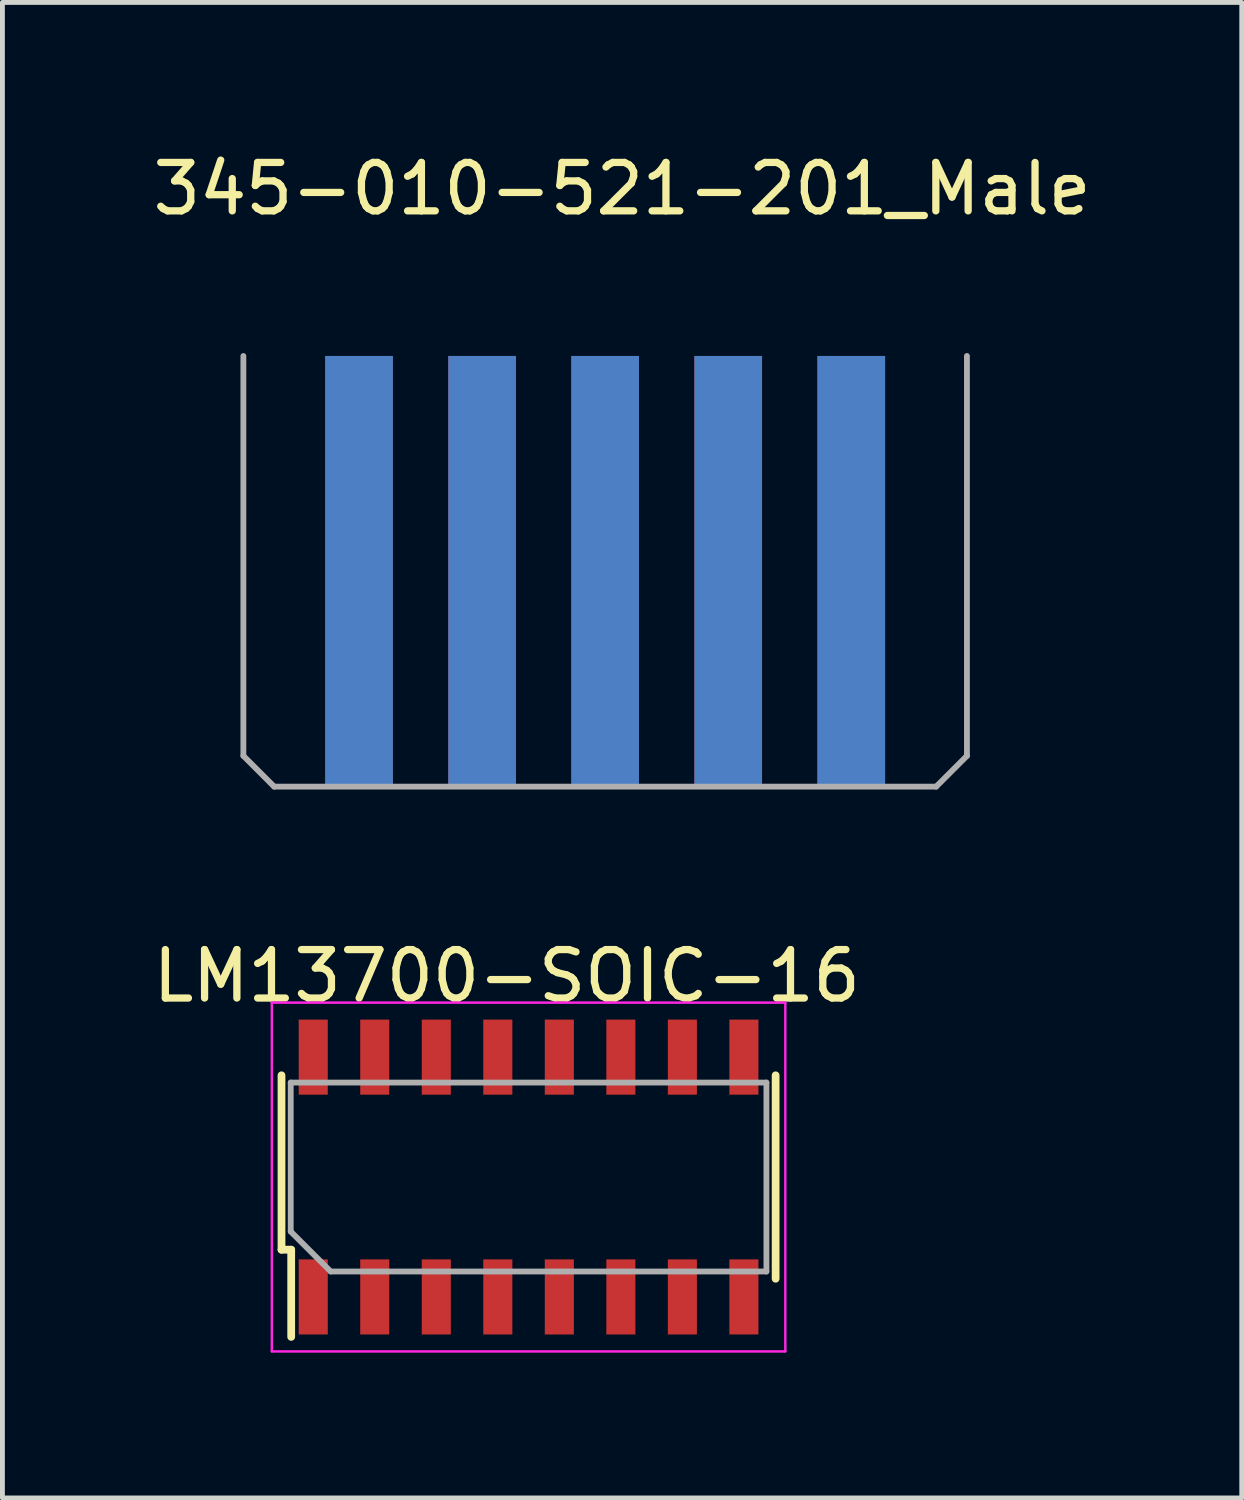
<source format=kicad_pcb>
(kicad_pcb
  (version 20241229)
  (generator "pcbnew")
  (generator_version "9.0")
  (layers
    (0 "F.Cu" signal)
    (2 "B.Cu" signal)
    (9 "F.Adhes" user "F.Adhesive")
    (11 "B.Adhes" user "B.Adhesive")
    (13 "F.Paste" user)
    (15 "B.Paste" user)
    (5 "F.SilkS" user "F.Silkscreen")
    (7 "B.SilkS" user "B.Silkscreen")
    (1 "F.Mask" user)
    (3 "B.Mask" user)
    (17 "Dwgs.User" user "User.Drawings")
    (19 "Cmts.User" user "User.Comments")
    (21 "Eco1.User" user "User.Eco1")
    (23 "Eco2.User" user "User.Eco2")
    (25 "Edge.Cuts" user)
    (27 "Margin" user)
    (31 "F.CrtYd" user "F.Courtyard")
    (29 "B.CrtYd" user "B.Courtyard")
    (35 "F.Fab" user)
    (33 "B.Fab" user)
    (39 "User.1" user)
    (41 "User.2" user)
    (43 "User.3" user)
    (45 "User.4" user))
  (footprint "LM13700-SOIC-16"
    (layer "F.Cu")
    (at 7.861 21.247)
    (property "Reference" "LM13700-SOIC-16" (at -0.45 -4.15 180) (layer "F.SilkS") (effects (font (size 1 1) (thickness 0.15))))
    (attr smd)
    (fp_line (start -5.1 -2.1) (end -5.1 1.5) (stroke (width 0.16) (type solid)) (layer "F.SilkS"))
    (fp_line (start -5.1 1.5) (end -4.9 1.5) (stroke (width 0.16) (type solid)) (layer "F.SilkS"))
    (fp_line (start -4.9 1.5) (end -4.9 3.3) (stroke (width 0.16) (type solid)) (layer "F.SilkS"))
    (fp_line (start 5.1 -2.1) (end 5.1 2.1) (stroke (width 0.16) (type solid)) (layer "F.SilkS"))
    (fp_line (start -5.3 -3.6) (end -5.3 3.6) (stroke (width 0.05) (type solid)) (layer "F.CrtYd"))
    (fp_line (start -5.3 3.6) (end 5.3 3.6) (stroke (width 0.05) (type solid)) (layer "F.CrtYd"))
    (fp_line (start 5.3 -3.6) (end -5.3 -3.6) (stroke (width 0.05) (type solid)) (layer "F.CrtYd"))
    (fp_line (start 5.3 -3.6) (end 5.3 3.6) (stroke (width 0.05) (type solid)) (layer "F.CrtYd"))
    (fp_line (start -4.91 -1.95) (end -4.91 1.125) (stroke (width 0.12) (type solid)) (layer "F.Fab"))
    (fp_line (start -4.91 -1.95) (end 4.91 -1.95) (stroke (width 0.12) (type solid)) (layer "F.Fab"))
    (fp_line (start -4.085 1.95) (end -4.91 1.125) (stroke (width 0.12) (type solid)) (layer "F.Fab"))
    (fp_line (start 4.91 -1.95) (end 4.91 1.95) (stroke (width 0.12) (type solid)) (layer "F.Fab"))
    (fp_line (start 4.91 1.95) (end -4.085 1.95) (stroke (width 0.12) (type solid)) (layer "F.Fab"))
    (pad "1" smd rect (at -4.445 2.475) (size 0.6 1.55) (layers "F.Cu" "F.Mask" "F.Paste"))
    (pad "2" smd rect (at -3.175 2.475) (size 0.6 1.55) (layers "F.Cu" "F.Mask" "F.Paste"))
    (pad "3" smd rect (at -1.905 2.475) (size 0.6 1.55) (layers "F.Cu" "F.Mask" "F.Paste"))
    (pad "4" smd rect (at -0.635 2.475) (size 0.6 1.55) (layers "F.Cu" "F.Mask" "F.Paste"))
    (pad "5" smd rect (at 0.635 2.475) (size 0.6 1.55) (layers "F.Cu" "F.Mask" "F.Paste"))
    (pad "6" smd rect (at 1.905 2.475) (size 0.6 1.55) (layers "F.Cu" "F.Mask" "F.Paste"))
    (pad "7" smd rect (at 3.175 2.475) (size 0.6 1.55) (layers "F.Cu" "F.Mask" "F.Paste"))
    (pad "8" smd rect (at 4.445 2.475) (size 0.6 1.55) (layers "F.Cu" "F.Mask" "F.Paste"))
    (pad "9" smd rect (at 4.445 -2.475) (size 0.6 1.55) (layers "F.Cu" "F.Mask" "F.Paste"))
    (pad "10" smd rect (at 3.175 -2.475) (size 0.6 1.55) (layers "F.Cu" "F.Mask" "F.Paste"))
    (pad "11" smd rect (at 1.905 -2.475) (size 0.6 1.55) (layers "F.Cu" "F.Mask" "F.Paste"))
    (pad "12" smd rect (at 0.635 -2.475) (size 0.6 1.55) (layers "F.Cu" "F.Mask" "F.Paste"))
    (pad "13" smd rect (at -0.635 -2.475) (size 0.6 1.55) (layers "F.Cu" "F.Mask" "F.Paste"))
    (pad "14" smd rect (at -1.905 -2.475) (size 0.6 1.55) (layers "F.Cu" "F.Mask" "F.Paste"))
    (pad "15" smd rect (at -3.175 -2.475) (size 0.6 1.55) (layers "F.Cu" "F.Mask" "F.Paste"))
    (pad "16" smd rect (at -4.445 -2.475) (size 0.6 1.55) (layers "F.Cu" "F.Mask" "F.Paste")))
  (footprint "345-010-521-201_Male"
    (layer "F.Cu")
    (at 9.442 4.298)
    (property "Reference" "345-010-521-201_Male" (at 0.35 -3.45 0) (layer "F.SilkS") (effects (font (size 1 1) (thickness 0.15))))
    (attr through_hole)
    (fp_poly (pts (xy 7.468 8.255) (xy 6.833 8.89) (xy -6.833 8.89) (xy -7.468 8.255) (xy -7.468 0) (xy 7.468 0)) (stroke (width 0.1) (type solid)) (fill yes) (layer "F.Mask"))
    (fp_poly (pts (xy 7.468 8.255) (xy 6.833 8.89) (xy -6.833 8.89) (xy -7.468 8.255) (xy -7.468 0) (xy 7.468 0)) (stroke (width 0.1) (type solid)) (fill yes) (layer "B.Mask"))
    (fp_line (start -7.468 8.255) (end -7.468 0) (stroke (width 0.12) (type solid)) (layer "F.Fab"))
    (fp_line (start -6.833 8.89) (end -7.468 8.255) (stroke (width 0.12) (type solid)) (layer "F.Fab"))
    (fp_line (start -6.833 8.89) (end 6.833 8.89) (stroke (width 0.12) (type solid)) (layer "F.Fab"))
    (fp_line (start 6.833 8.89) (end 7.468 8.255) (stroke (width 0.12) (type solid)) (layer "F.Fab"))
    (fp_line (start 7.468 8.255) (end 7.468 0) (stroke (width 0.12) (type solid)) (layer "F.Fab"))
    (pad "1" connect rect (at -5.08 4.445) (size 1.397 8.89) (layers "F.Cu"))
    (pad "2" connect rect (at -5.08 4.445) (size 1.397 8.89) (layers "B.Cu"))
    (pad "3" connect rect (at -2.54 4.445) (size 1.397 8.89) (layers "F.Cu"))
    (pad "4" connect rect (at -2.54 4.445) (size 1.397 8.89) (layers "B.Cu"))
    (pad "5" connect rect (at 0 4.445) (size 1.397 8.89) (layers "F.Cu"))
    (pad "6" connect rect (at 0 4.445) (size 1.397 8.89) (layers "B.Cu"))
    (pad "7" connect rect (at 2.54 4.445) (size 1.397 8.89) (layers "F.Cu"))
    (pad "8" connect rect (at 2.54 4.445) (size 1.397 8.89) (layers "B.Cu"))
    (pad "9" connect rect (at 5.08 4.445) (size 1.397 8.89) (layers "F.Cu"))
    (pad "10" connect rect (at 5.08 4.445) (size 1.397 8.89) (layers "B.Cu")))
  (gr_rect
    (start -3 -3)
    (end 22.583 27.872)
    (stroke (width 0.1) (type default))
    (fill no)
    (layer "Edge.Cuts")))
</source>
